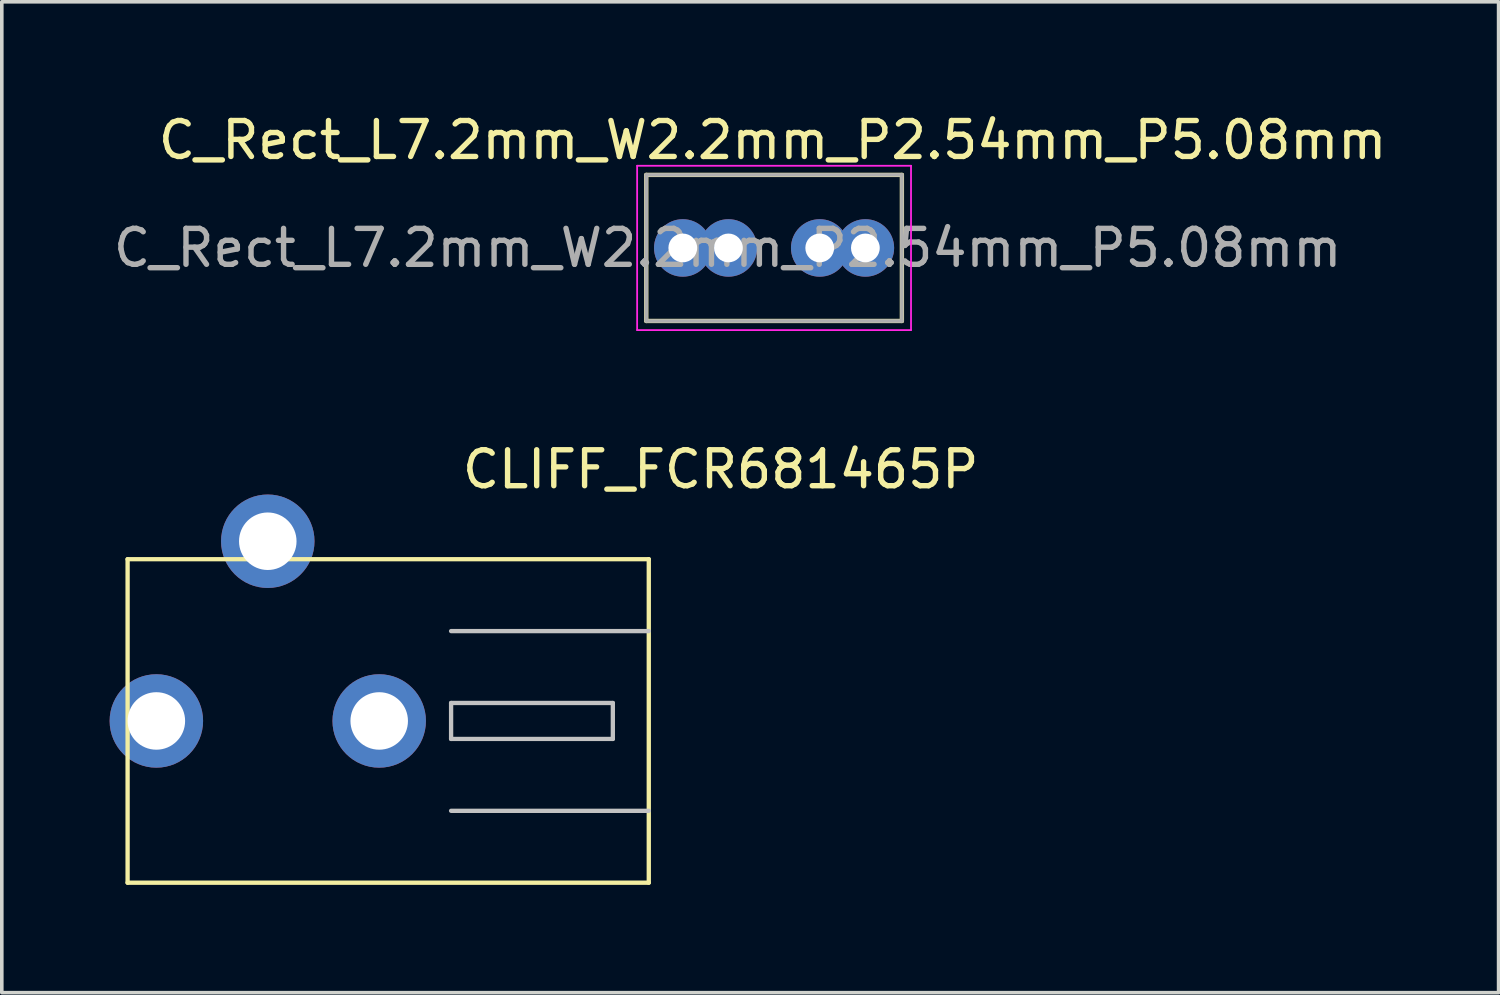
<source format=kicad_pcb>
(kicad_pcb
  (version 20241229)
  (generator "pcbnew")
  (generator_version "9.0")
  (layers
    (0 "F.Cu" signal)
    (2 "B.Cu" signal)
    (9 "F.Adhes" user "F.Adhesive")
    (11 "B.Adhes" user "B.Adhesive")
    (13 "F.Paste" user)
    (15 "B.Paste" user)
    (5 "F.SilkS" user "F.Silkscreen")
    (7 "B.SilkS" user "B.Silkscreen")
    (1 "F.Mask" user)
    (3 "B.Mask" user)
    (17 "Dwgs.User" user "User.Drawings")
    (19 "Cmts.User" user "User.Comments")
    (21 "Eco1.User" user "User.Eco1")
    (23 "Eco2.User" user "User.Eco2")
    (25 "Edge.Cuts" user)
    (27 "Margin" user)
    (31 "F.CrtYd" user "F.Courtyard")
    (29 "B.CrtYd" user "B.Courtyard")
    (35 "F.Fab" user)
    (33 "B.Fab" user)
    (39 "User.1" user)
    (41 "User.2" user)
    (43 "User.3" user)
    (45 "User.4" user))
  (footprint "CLIFF_FCR681465P"
    (layer "F.Cu")
    (at 15 17.008)
    (property "Reference" "CLIFF_FCR681465P" (at 2 -7 0) (layer "F.SilkS") (effects (font (size 1 1) (thickness 0.15))))
    (attr through_hole)
    (fp_line (start -14.5 -4.5) (end 0 -4.5) (stroke (width 0.12) (type solid)) (layer "F.SilkS"))
    (fp_line (start -14.5 4.5) (end -14.5 -4.5) (stroke (width 0.12) (type solid)) (layer "F.SilkS"))
    (fp_line (start 0 -4.5) (end 0 4.5) (stroke (width 0.12) (type solid)) (layer "F.SilkS"))
    (fp_line (start 0 4.5) (end -14.5 4.5) (stroke (width 0.12) (type solid)) (layer "F.SilkS"))
    (fp_line (start -5.5 -2.5) (end 0 -2.5) (stroke (width 0.12) (type solid)) (layer "Dwgs.User"))
    (fp_line (start -5.5 -0.5) (end -1 -0.5) (stroke (width 0.12) (type solid)) (layer "Dwgs.User"))
    (fp_line (start -5.5 0.5) (end -5.5 -0.5) (stroke (width 0.12) (type solid)) (layer "Dwgs.User"))
    (fp_line (start -1 -0.5) (end -1 0.5) (stroke (width 0.12) (type solid)) (layer "Dwgs.User"))
    (fp_line (start -1 0.5) (end -5.5 0.5) (stroke (width 0.12) (type solid)) (layer "Dwgs.User"))
    (fp_line (start 0 2.5) (end -5.5 2.5) (stroke (width 0.12) (type solid)) (layer "Dwgs.User"))
    (pad "1" thru_hole circle (at -13.7 0) (size 2.6 2.6) (drill 1.6) (layers "*.Cu" "*.Mask"))
    (pad "2" thru_hole circle (at -10.6 -5) (size 2.6 2.6) (drill 1.6) (layers "*.Cu" "*.Mask"))
    (pad "3" thru_hole circle (at -7.5 0) (size 2.6 2.6) (drill 1.6) (layers "*.Cu" "*.Mask")))
  (footprint "C_Rect_L7.2mm_W2.2mm_P2.54mm_P5.08mm"
    (layer "F.Cu")
    (at 15.946 3.848)
    (property "Reference" "C_Rect_L7.2mm_W2.2mm_P2.54mm_P5.08mm" (at 2.5 -3 0) (layer "F.SilkS") (effects (font (size 1 1) (thickness 0.15))))
    (attr through_hole)
    (fp_line (start -1.016 -2.032) (end -1.016 2.032) (stroke (width 0.12) (type solid)) (layer "F.SilkS"))
    (fp_line (start -1.016 -2.032) (end 6.096 -2.032) (stroke (width 0.12) (type solid)) (layer "F.SilkS"))
    (fp_line (start -1.016 2.032) (end 6.096 2.032) (stroke (width 0.12) (type solid)) (layer "F.SilkS"))
    (fp_line (start 6.096 -2.032) (end 6.096 2.032) (stroke (width 0.12) (type solid)) (layer "F.SilkS"))
    (fp_line (start -1.27 -2.286) (end -1.27 2.286) (stroke (width 0.05) (type solid)) (layer "F.CrtYd"))
    (fp_line (start -1.27 2.286) (end 6.35 2.286) (stroke (width 0.05) (type solid)) (layer "F.CrtYd"))
    (fp_line (start 6.35 -2.286) (end -1.27 -2.286) (stroke (width 0.05) (type solid)) (layer "F.CrtYd"))
    (fp_line (start 6.35 2.286) (end 6.35 -2.286) (stroke (width 0.05) (type solid)) (layer "F.CrtYd"))
    (fp_line (start -1.016 -2.032) (end -1.016 2.032) (stroke (width 0.1) (type solid)) (layer "F.Fab"))
    (fp_line (start -1.016 2.032) (end 6.096 2.032) (stroke (width 0.1) (type solid)) (layer "F.Fab"))
    (fp_line (start 6.096 -2.032) (end -1.016 -2.032) (stroke (width 0.1) (type solid)) (layer "F.Fab"))
    (fp_line (start 6.096 2.032) (end 6.096 -2.032) (stroke (width 0.1) (type solid)) (layer "F.Fab"))
    (fp_text user "${REFERENCE}" (at 1.25 0 0) (layer "F.Fab") (effects (font (size 1 1) (thickness 0.15))))
    (pad "1" thru_hole circle (at 0 0) (size 1.6 1.6) (drill 0.8) (layers "*.Cu" "*.Mask"))
    (pad "1" thru_hole circle (at 1.27 0) (size 1.6 1.6) (drill 0.8) (layers "*.Cu" "*.Mask"))
    (pad "2" thru_hole circle (at 3.81 0) (size 1.6 1.6) (drill 0.8) (layers "*.Cu" "*.Mask"))
    (pad "2" thru_hole circle (at 5.08 0) (size 1.6 1.6) (drill 0.8) (layers "*.Cu" "*.Mask")))
  (gr_rect
    (start -3 -3)
    (end 38.643 24.567)
    (stroke (width 0.1) (type default))
    (fill no)
    (layer "Edge.Cuts")))
</source>
